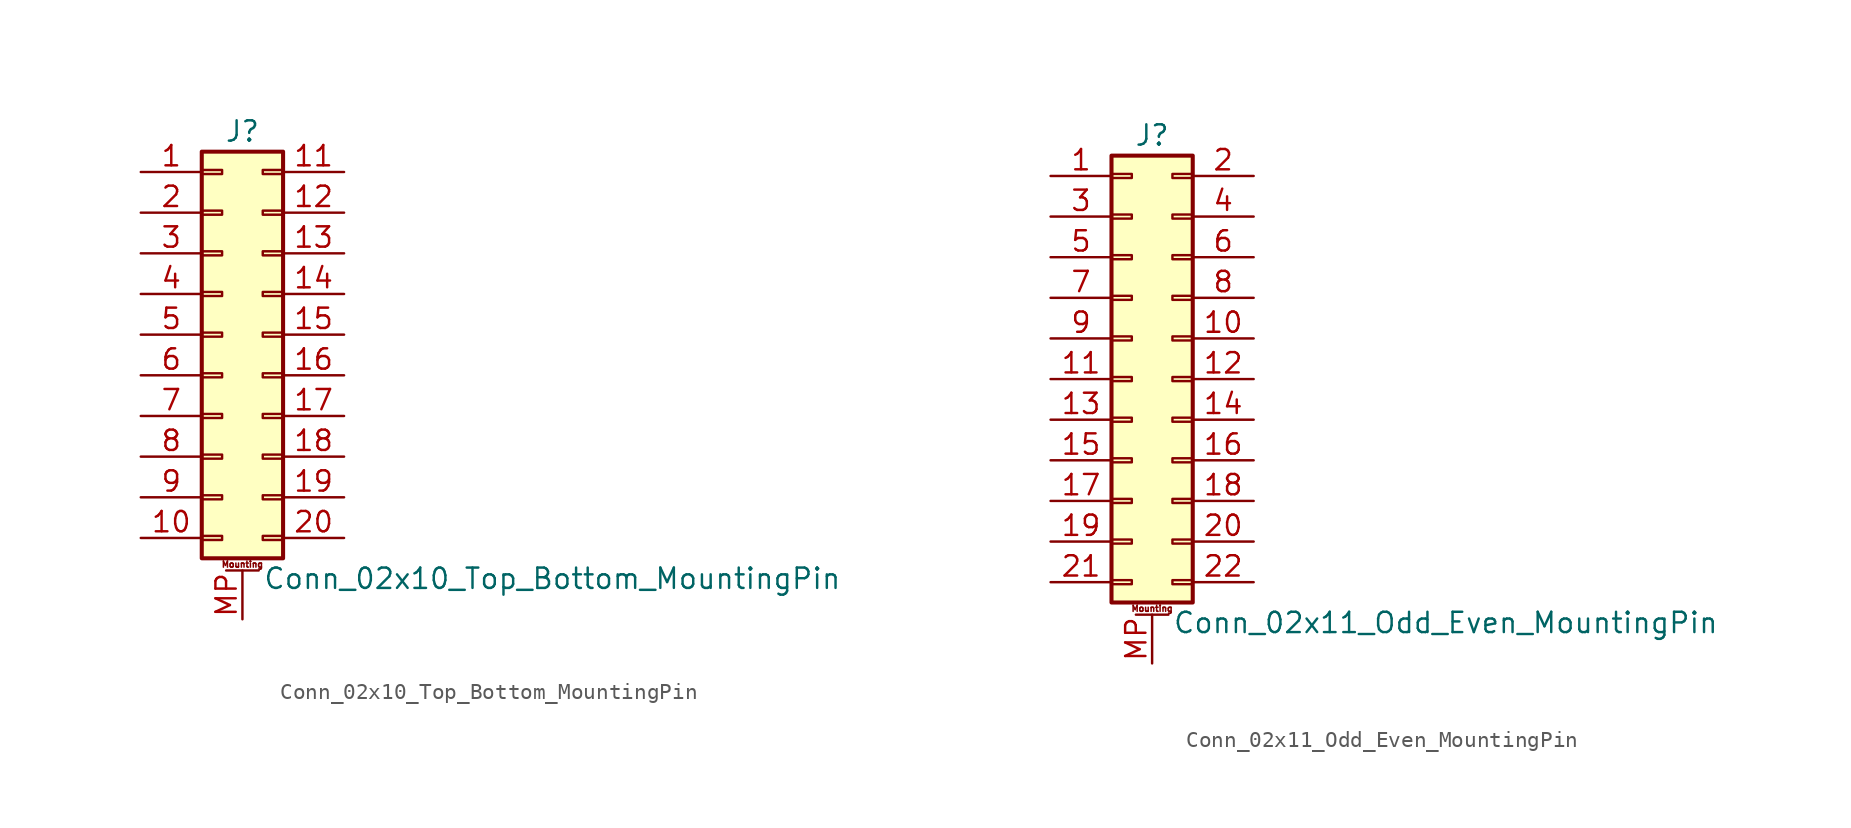
<source format=kicad_sym>
(kicad_symbol_lib
  (version 20201005)
  (generator kicad_symbol_editor)
  (symbol "Conn_02x10_Top_Bottom_MountingPin"
    (pin_names
      (offset 1.016) hide)
    (property "Reference" "J"
      (at 1.27 12.7 0)
      (effects (font (size 1.27 1.27))))
    (property "Value" "Conn_02x10_Top_Bottom_MountingPin"
      (at 2.54 -15.24 0)
      (effects (font (size 1.27 1.27)) (justify left)))
    (symbol "Conn_02x10_Top_Bottom_MountingPin_1_1"
      (text "Mounting" (at 1.27 -14.351 0) (effects (font (size 0.381 0.381))))
      (rectangle (start -1.27 -12.573) (end 0 -12.827) (stroke (width 0.152)) (fill (type none)))
      (rectangle (start -1.27 -10.033) (end 0 -10.287) (stroke (width 0.152)) (fill (type none)))
      (rectangle (start -1.27 -7.493) (end 0 -7.747) (stroke (width 0.152)) (fill (type none)))
      (rectangle (start -1.27 -4.953) (end 0 -5.207) (stroke (width 0.152)) (fill (type none)))
      (rectangle (start -1.27 -2.413) (end 0 -2.667) (stroke (width 0.152)) (fill (type none)))
      (rectangle (start -1.27 0.127) (end 0 -0.127) (stroke (width 0.152)) (fill (type none)))
      (rectangle (start -1.27 2.667) (end 0 2.413) (stroke (width 0.152)) (fill (type none)))
      (rectangle (start -1.27 5.207) (end 0 4.953) (stroke (width 0.152)) (fill (type none)))
      (rectangle (start -1.27 7.747) (end 0 7.493) (stroke (width 0.152)) (fill (type none)))
      (rectangle (start -1.27 10.287) (end 0 10.033) (stroke (width 0.152)) (fill (type none)))
      (rectangle (start -1.27 11.43) (end 3.81 -13.97) (stroke (width 0.254)) (fill (type background)))
      (rectangle (start 3.81 -12.573) (end 2.54 -12.827) (stroke (width 0.152)) (fill (type none)))
      (rectangle (start 3.81 -10.033) (end 2.54 -10.287) (stroke (width 0.152)) (fill (type none)))
      (rectangle (start 3.81 -7.493) (end 2.54 -7.747) (stroke (width 0.152)) (fill (type none)))
      (rectangle (start 3.81 -4.953) (end 2.54 -5.207) (stroke (width 0.152)) (fill (type none)))
      (rectangle (start 3.81 -2.413) (end 2.54 -2.667) (stroke (width 0.152)) (fill (type none)))
      (rectangle (start 3.81 0.127) (end 2.54 -0.127) (stroke (width 0.152)) (fill (type none)))
      (rectangle (start 3.81 2.667) (end 2.54 2.413) (stroke (width 0.152)) (fill (type none)))
      (rectangle (start 3.81 5.207) (end 2.54 4.953) (stroke (width 0.152)) (fill (type none)))
      (rectangle (start 3.81 7.747) (end 2.54 7.493) (stroke (width 0.152)) (fill (type none)))
      (rectangle (start 3.81 10.287) (end 2.54 10.033) (stroke (width 0.152)) (fill (type none)))
      (polyline (pts (xy 0.254 -14.732) (xy 2.286 -14.732)) (stroke (width 0.152)) (fill (type none)))
      (pin passive line (at -5.08 10.16 0) (length 3.81) (name "Pin_1" (effects (font (size 1.27 1.27)))) (number "1" (effects (font (size 1.27 1.27)))))
      (pin passive line (at -5.08 -12.7 0) (length 3.81) (name "Pin_10" (effects (font (size 1.27 1.27)))) (number "10" (effects (font (size 1.27 1.27)))))
      (pin passive line (at 7.62 10.16 180) (length 3.81) (name "Pin_11" (effects (font (size 1.27 1.27)))) (number "11" (effects (font (size 1.27 1.27)))))
      (pin passive line (at 7.62 7.62 180) (length 3.81) (name "Pin_12" (effects (font (size 1.27 1.27)))) (number "12" (effects (font (size 1.27 1.27)))))
      (pin passive line (at 7.62 5.08 180) (length 3.81) (name "Pin_13" (effects (font (size 1.27 1.27)))) (number "13" (effects (font (size 1.27 1.27)))))
      (pin passive line (at 7.62 2.54 180) (length 3.81) (name "Pin_14" (effects (font (size 1.27 1.27)))) (number "14" (effects (font (size 1.27 1.27)))))
      (pin passive line (at 7.62 0 180) (length 3.81) (name "Pin_15" (effects (font (size 1.27 1.27)))) (number "15" (effects (font (size 1.27 1.27)))))
      (pin passive line (at 7.62 -2.54 180) (length 3.81) (name "Pin_16" (effects (font (size 1.27 1.27)))) (number "16" (effects (font (size 1.27 1.27)))))
      (pin passive line (at 7.62 -5.08 180) (length 3.81) (name "Pin_17" (effects (font (size 1.27 1.27)))) (number "17" (effects (font (size 1.27 1.27)))))
      (pin passive line (at 7.62 -7.62 180) (length 3.81) (name "Pin_18" (effects (font (size 1.27 1.27)))) (number "18" (effects (font (size 1.27 1.27)))))
      (pin passive line (at 7.62 -10.16 180) (length 3.81) (name "Pin_19" (effects (font (size 1.27 1.27)))) (number "19" (effects (font (size 1.27 1.27)))))
      (pin passive line (at -5.08 7.62 0) (length 3.81) (name "Pin_2" (effects (font (size 1.27 1.27)))) (number "2" (effects (font (size 1.27 1.27)))))
      (pin passive line (at 7.62 -12.7 180) (length 3.81) (name "Pin_20" (effects (font (size 1.27 1.27)))) (number "20" (effects (font (size 1.27 1.27)))))
      (pin passive line (at -5.08 5.08 0) (length 3.81) (name "Pin_3" (effects (font (size 1.27 1.27)))) (number "3" (effects (font (size 1.27 1.27)))))
      (pin passive line (at -5.08 2.54 0) (length 3.81) (name "Pin_4" (effects (font (size 1.27 1.27)))) (number "4" (effects (font (size 1.27 1.27)))))
      (pin passive line (at -5.08 0 0) (length 3.81) (name "Pin_5" (effects (font (size 1.27 1.27)))) (number "5" (effects (font (size 1.27 1.27)))))
      (pin passive line (at -5.08 -2.54 0) (length 3.81) (name "Pin_6" (effects (font (size 1.27 1.27)))) (number "6" (effects (font (size 1.27 1.27)))))
      (pin passive line (at -5.08 -5.08 0) (length 3.81) (name "Pin_7" (effects (font (size 1.27 1.27)))) (number "7" (effects (font (size 1.27 1.27)))))
      (pin passive line (at -5.08 -7.62 0) (length 3.81) (name "Pin_8" (effects (font (size 1.27 1.27)))) (number "8" (effects (font (size 1.27 1.27)))))
      (pin passive line (at -5.08 -10.16 0) (length 3.81) (name "Pin_9" (effects (font (size 1.27 1.27)))) (number "9" (effects (font (size 1.27 1.27)))))
      (pin passive line (at 1.27 -17.78 90) (length 3.048) (name "MountPin" (effects (font (size 1.27 1.27)))) (number "MP" (effects (font (size 1.27 1.27)))))))
  (symbol "Conn_02x11_Odd_Even_MountingPin"
    (pin_names
      (offset 1.016) hide)
    (property "Reference" "J"
      (at 1.27 15.24 0)
      (effects (font (size 1.27 1.27))))
    (property "Value" "Conn_02x11_Odd_Even_MountingPin"
      (at 2.54 -15.24 0)
      (effects (font (size 1.27 1.27)) (justify left)))
    (symbol "Conn_02x11_Odd_Even_MountingPin_1_1"
      (text "Mounting" (at 1.27 -14.351 0) (effects (font (size 0.381 0.381))))
      (rectangle (start -1.27 -12.573) (end 0 -12.827) (stroke (width 0.152)) (fill (type none)))
      (rectangle (start -1.27 -10.033) (end 0 -10.287) (stroke (width 0.152)) (fill (type none)))
      (rectangle (start -1.27 -7.493) (end 0 -7.747) (stroke (width 0.152)) (fill (type none)))
      (rectangle (start -1.27 -4.953) (end 0 -5.207) (stroke (width 0.152)) (fill (type none)))
      (rectangle (start -1.27 -2.413) (end 0 -2.667) (stroke (width 0.152)) (fill (type none)))
      (rectangle (start -1.27 0.127) (end 0 -0.127) (stroke (width 0.152)) (fill (type none)))
      (rectangle (start -1.27 2.667) (end 0 2.413) (stroke (width 0.152)) (fill (type none)))
      (rectangle (start -1.27 5.207) (end 0 4.953) (stroke (width 0.152)) (fill (type none)))
      (rectangle (start -1.27 7.747) (end 0 7.493) (stroke (width 0.152)) (fill (type none)))
      (rectangle (start -1.27 10.287) (end 0 10.033) (stroke (width 0.152)) (fill (type none)))
      (rectangle (start -1.27 12.827) (end 0 12.573) (stroke (width 0.152)) (fill (type none)))
      (rectangle (start -1.27 13.97) (end 3.81 -13.97) (stroke (width 0.254)) (fill (type background)))
      (rectangle (start 3.81 -12.573) (end 2.54 -12.827) (stroke (width 0.152)) (fill (type none)))
      (rectangle (start 3.81 -10.033) (end 2.54 -10.287) (stroke (width 0.152)) (fill (type none)))
      (rectangle (start 3.81 -7.493) (end 2.54 -7.747) (stroke (width 0.152)) (fill (type none)))
      (rectangle (start 3.81 -4.953) (end 2.54 -5.207) (stroke (width 0.152)) (fill (type none)))
      (rectangle (start 3.81 -2.413) (end 2.54 -2.667) (stroke (width 0.152)) (fill (type none)))
      (rectangle (start 3.81 0.127) (end 2.54 -0.127) (stroke (width 0.152)) (fill (type none)))
      (rectangle (start 3.81 2.667) (end 2.54 2.413) (stroke (width 0.152)) (fill (type none)))
      (rectangle (start 3.81 5.207) (end 2.54 4.953) (stroke (width 0.152)) (fill (type none)))
      (rectangle (start 3.81 7.747) (end 2.54 7.493) (stroke (width 0.152)) (fill (type none)))
      (rectangle (start 3.81 10.287) (end 2.54 10.033) (stroke (width 0.152)) (fill (type none)))
      (rectangle (start 3.81 12.827) (end 2.54 12.573) (stroke (width 0.152)) (fill (type none)))
      (polyline (pts (xy 0.254 -14.732) (xy 2.286 -14.732)) (stroke (width 0.152)) (fill (type none)))
      (pin passive line (at -5.08 12.7 0) (length 3.81) (name "Pin_1" (effects (font (size 1.27 1.27)))) (number "1" (effects (font (size 1.27 1.27)))))
      (pin passive line (at 7.62 2.54 180) (length 3.81) (name "Pin_10" (effects (font (size 1.27 1.27)))) (number "10" (effects (font (size 1.27 1.27)))))
      (pin passive line (at -5.08 0 0) (length 3.81) (name "Pin_11" (effects (font (size 1.27 1.27)))) (number "11" (effects (font (size 1.27 1.27)))))
      (pin passive line (at 7.62 0 180) (length 3.81) (name "Pin_12" (effects (font (size 1.27 1.27)))) (number "12" (effects (font (size 1.27 1.27)))))
      (pin passive line (at -5.08 -2.54 0) (length 3.81) (name "Pin_13" (effects (font (size 1.27 1.27)))) (number "13" (effects (font (size 1.27 1.27)))))
      (pin passive line (at 7.62 -2.54 180) (length 3.81) (name "Pin_14" (effects (font (size 1.27 1.27)))) (number "14" (effects (font (size 1.27 1.27)))))
      (pin passive line (at -5.08 -5.08 0) (length 3.81) (name "Pin_15" (effects (font (size 1.27 1.27)))) (number "15" (effects (font (size 1.27 1.27)))))
      (pin passive line (at 7.62 -5.08 180) (length 3.81) (name "Pin_16" (effects (font (size 1.27 1.27)))) (number "16" (effects (font (size 1.27 1.27)))))
      (pin passive line (at -5.08 -7.62 0) (length 3.81) (name "Pin_17" (effects (font (size 1.27 1.27)))) (number "17" (effects (font (size 1.27 1.27)))))
      (pin passive line (at 7.62 -7.62 180) (length 3.81) (name "Pin_18" (effects (font (size 1.27 1.27)))) (number "18" (effects (font (size 1.27 1.27)))))
      (pin passive line (at -5.08 -10.16 0) (length 3.81) (name "Pin_19" (effects (font (size 1.27 1.27)))) (number "19" (effects (font (size 1.27 1.27)))))
      (pin passive line (at 7.62 12.7 180) (length 3.81) (name "Pin_2" (effects (font (size 1.27 1.27)))) (number "2" (effects (font (size 1.27 1.27)))))
      (pin passive line (at 7.62 -10.16 180) (length 3.81) (name "Pin_20" (effects (font (size 1.27 1.27)))) (number "20" (effects (font (size 1.27 1.27)))))
      (pin passive line (at -5.08 -12.7 0) (length 3.81) (name "Pin_21" (effects (font (size 1.27 1.27)))) (number "21" (effects (font (size 1.27 1.27)))))
      (pin passive line (at 7.62 -12.7 180) (length 3.81) (name "Pin_22" (effects (font (size 1.27 1.27)))) (number "22" (effects (font (size 1.27 1.27)))))
      (pin passive line (at -5.08 10.16 0) (length 3.81) (name "Pin_3" (effects (font (size 1.27 1.27)))) (number "3" (effects (font (size 1.27 1.27)))))
      (pin passive line (at 7.62 10.16 180) (length 3.81) (name "Pin_4" (effects (font (size 1.27 1.27)))) (number "4" (effects (font (size 1.27 1.27)))))
      (pin passive line (at -5.08 7.62 0) (length 3.81) (name "Pin_5" (effects (font (size 1.27 1.27)))) (number "5" (effects (font (size 1.27 1.27)))))
      (pin passive line (at 7.62 7.62 180) (length 3.81) (name "Pin_6" (effects (font (size 1.27 1.27)))) (number "6" (effects (font (size 1.27 1.27)))))
      (pin passive line (at -5.08 5.08 0) (length 3.81) (name "Pin_7" (effects (font (size 1.27 1.27)))) (number "7" (effects (font (size 1.27 1.27)))))
      (pin passive line (at 7.62 5.08 180) (length 3.81) (name "Pin_8" (effects (font (size 1.27 1.27)))) (number "8" (effects (font (size 1.27 1.27)))))
      (pin passive line (at -5.08 2.54 0) (length 3.81) (name "Pin_9" (effects (font (size 1.27 1.27)))) (number "9" (effects (font (size 1.27 1.27)))))
      (pin passive line (at 1.27 -17.78 90) (length 3.048) (name "MountPin" (effects (font (size 1.27 1.27)))) (number "MP" (effects (font (size 1.27 1.27))))))))
</source>
